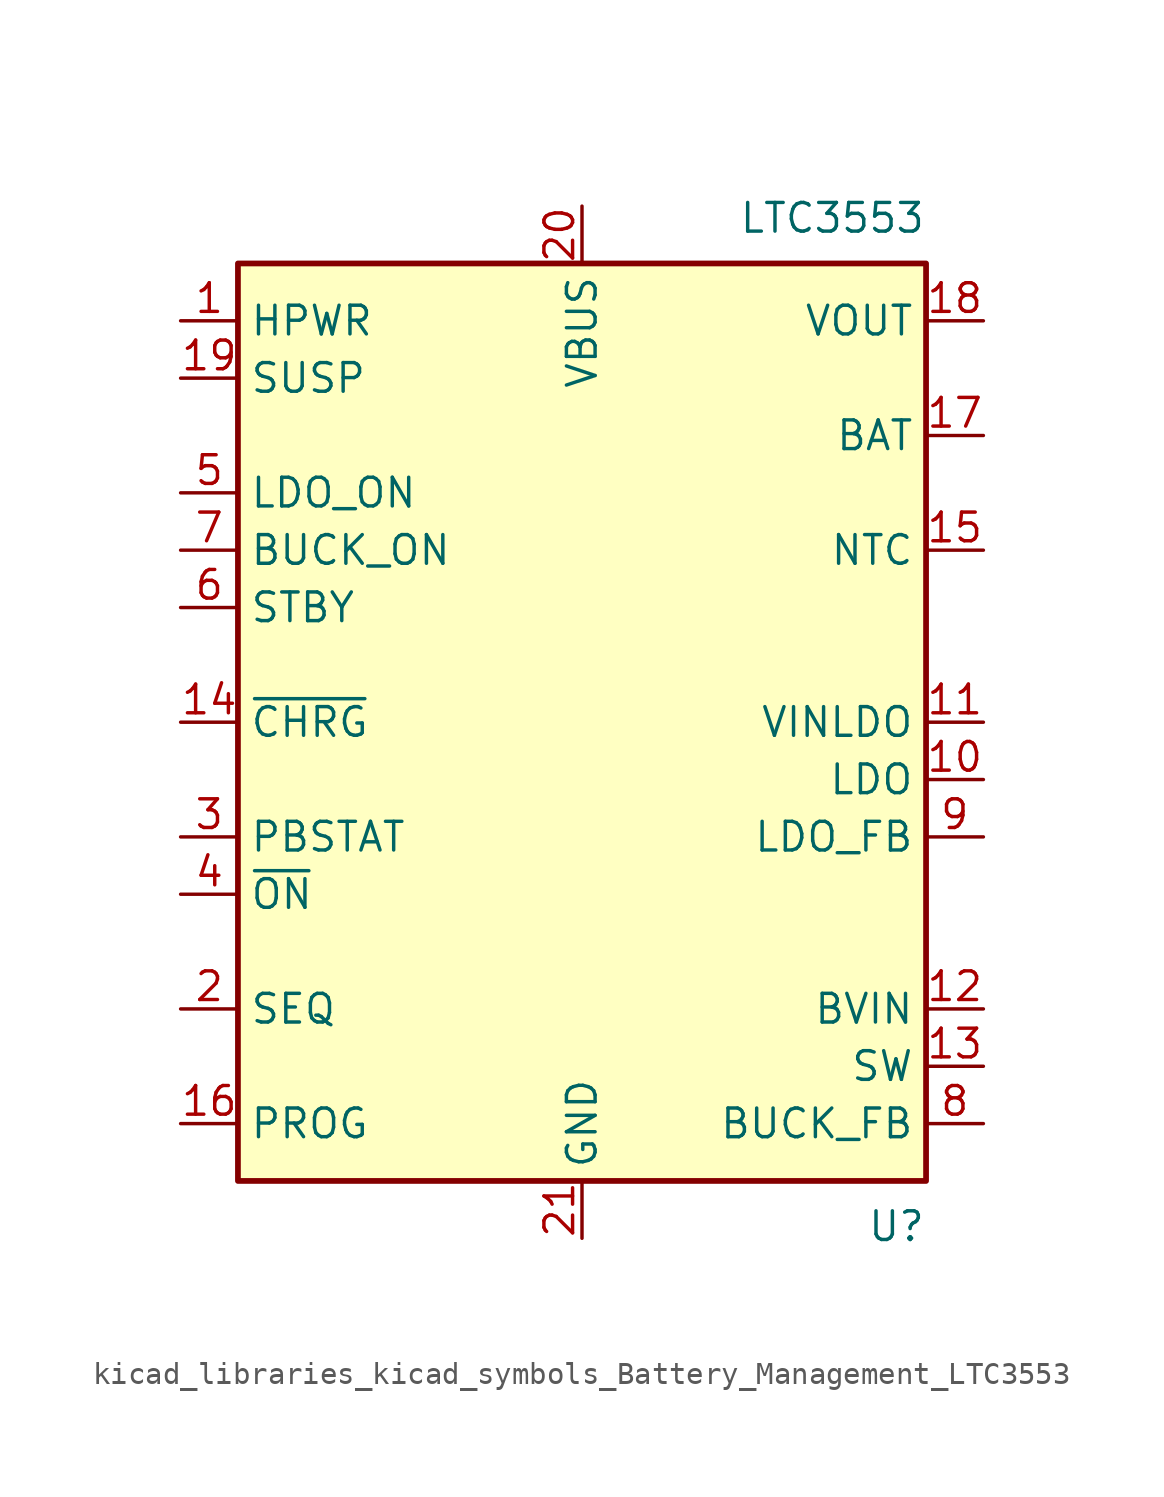
<source format=kicad_sym>
(kicad_symbol_lib
  (version 20220914)
  (generator kicad_symbol_editor)
  (symbol "kicad_libraries_kicad_symbols_Battery_Management_LTC3553"
    (property "Reference" "U"
      (at 15.24 -21.59 0)
      (effects (font (size 1.27 1.27)) (justify right top)))
    (property "Value" "LTC3553"
      (at 15.24 21.59 0)
      (effects (font (size 1.27 1.27)) (justify right bottom)))
    (symbol "kicad_libraries_kicad_symbols_Battery_Management_LTC3553_0_1"
      (rectangle (start -15.24 20.32) (end 15.24 -20.32) (stroke (width 0.254) (type default)) (fill (type background))))
    (symbol "kicad_libraries_kicad_symbols_Battery_Management_LTC3553_1_1"
      (pin input line (at -17.78 17.78 0) (length 2.54) (name "HPWR" (effects (font (size 1.27 1.27)))) (number "1" (effects (font (size 1.27 1.27)))))
      (pin power_out line (at 17.78 -2.54 180) (length 2.54) (name "LDO" (effects (font (size 1.27 1.27)))) (number "10" (effects (font (size 1.27 1.27)))))
      (pin power_in line (at 17.78 0 180) (length 2.54) (name "VINLDO" (effects (font (size 1.27 1.27)))) (number "11" (effects (font (size 1.27 1.27)))))
      (pin power_in line (at 17.78 -12.7 180) (length 2.54) (name "BVIN" (effects (font (size 1.27 1.27)))) (number "12" (effects (font (size 1.27 1.27)))))
      (pin power_out line (at 17.78 -15.24 180) (length 2.54) (name "SW" (effects (font (size 1.27 1.27)))) (number "13" (effects (font (size 1.27 1.27)))))
      (pin open_collector line (at -17.78 0 0) (length 2.54) (name "~{CHRG}" (effects (font (size 1.27 1.27)))) (number "14" (effects (font (size 1.27 1.27)))))
      (pin passive line (at 17.78 7.62 180) (length 2.54) (name "NTC" (effects (font (size 1.27 1.27)))) (number "15" (effects (font (size 1.27 1.27)))))
      (pin passive line (at -17.78 -17.78 0) (length 2.54) (name "PROG" (effects (font (size 1.27 1.27)))) (number "16" (effects (font (size 1.27 1.27)))))
      (pin power_out line (at 17.78 12.7 180) (length 2.54) (name "BAT" (effects (font (size 1.27 1.27)))) (number "17" (effects (font (size 1.27 1.27)))))
      (pin power_out line (at 17.78 17.78 180) (length 2.54) (name "VOUT" (effects (font (size 1.27 1.27)))) (number "18" (effects (font (size 1.27 1.27)))))
      (pin input line (at -17.78 15.24 0) (length 2.54) (name "SUSP" (effects (font (size 1.27 1.27)))) (number "19" (effects (font (size 1.27 1.27)))))
      (pin input line (at -17.78 -12.7 0) (length 2.54) (name "SEQ" (effects (font (size 1.27 1.27)))) (number "2" (effects (font (size 1.27 1.27)))))
      (pin power_in line (at 0 22.86 270) (length 2.54) (name "VBUS" (effects (font (size 1.27 1.27)))) (number "20" (effects (font (size 1.27 1.27)))))
      (pin power_in line (at 0 -22.86 90) (length 2.54) (name "GND" (effects (font (size 1.27 1.27)))) (number "21" (effects (font (size 1.27 1.27)))))
      (pin output line (at -17.78 -5.08 0) (length 2.54) (name "PBSTAT" (effects (font (size 1.27 1.27)))) (number "3" (effects (font (size 1.27 1.27)))))
      (pin input line (at -17.78 -7.62 0) (length 2.54) (name "~{ON}" (effects (font (size 1.27 1.27)))) (number "4" (effects (font (size 1.27 1.27)))))
      (pin input line (at -17.78 10.16 0) (length 2.54) (name "LDO_ON" (effects (font (size 1.27 1.27)))) (number "5" (effects (font (size 1.27 1.27)))))
      (pin input line (at -17.78 5.08 0) (length 2.54) (name "STBY" (effects (font (size 1.27 1.27)))) (number "6" (effects (font (size 1.27 1.27)))))
      (pin input line (at -17.78 7.62 0) (length 2.54) (name "BUCK_ON" (effects (font (size 1.27 1.27)))) (number "7" (effects (font (size 1.27 1.27)))))
      (pin input line (at 17.78 -17.78 180) (length 2.54) (name "BUCK_FB" (effects (font (size 1.27 1.27)))) (number "8" (effects (font (size 1.27 1.27)))))
      (pin input line (at 17.78 -5.08 180) (length 2.54) (name "LDO_FB" (effects (font (size 1.27 1.27)))) (number "9" (effects (font (size 1.27 1.27))))))))
</source>
